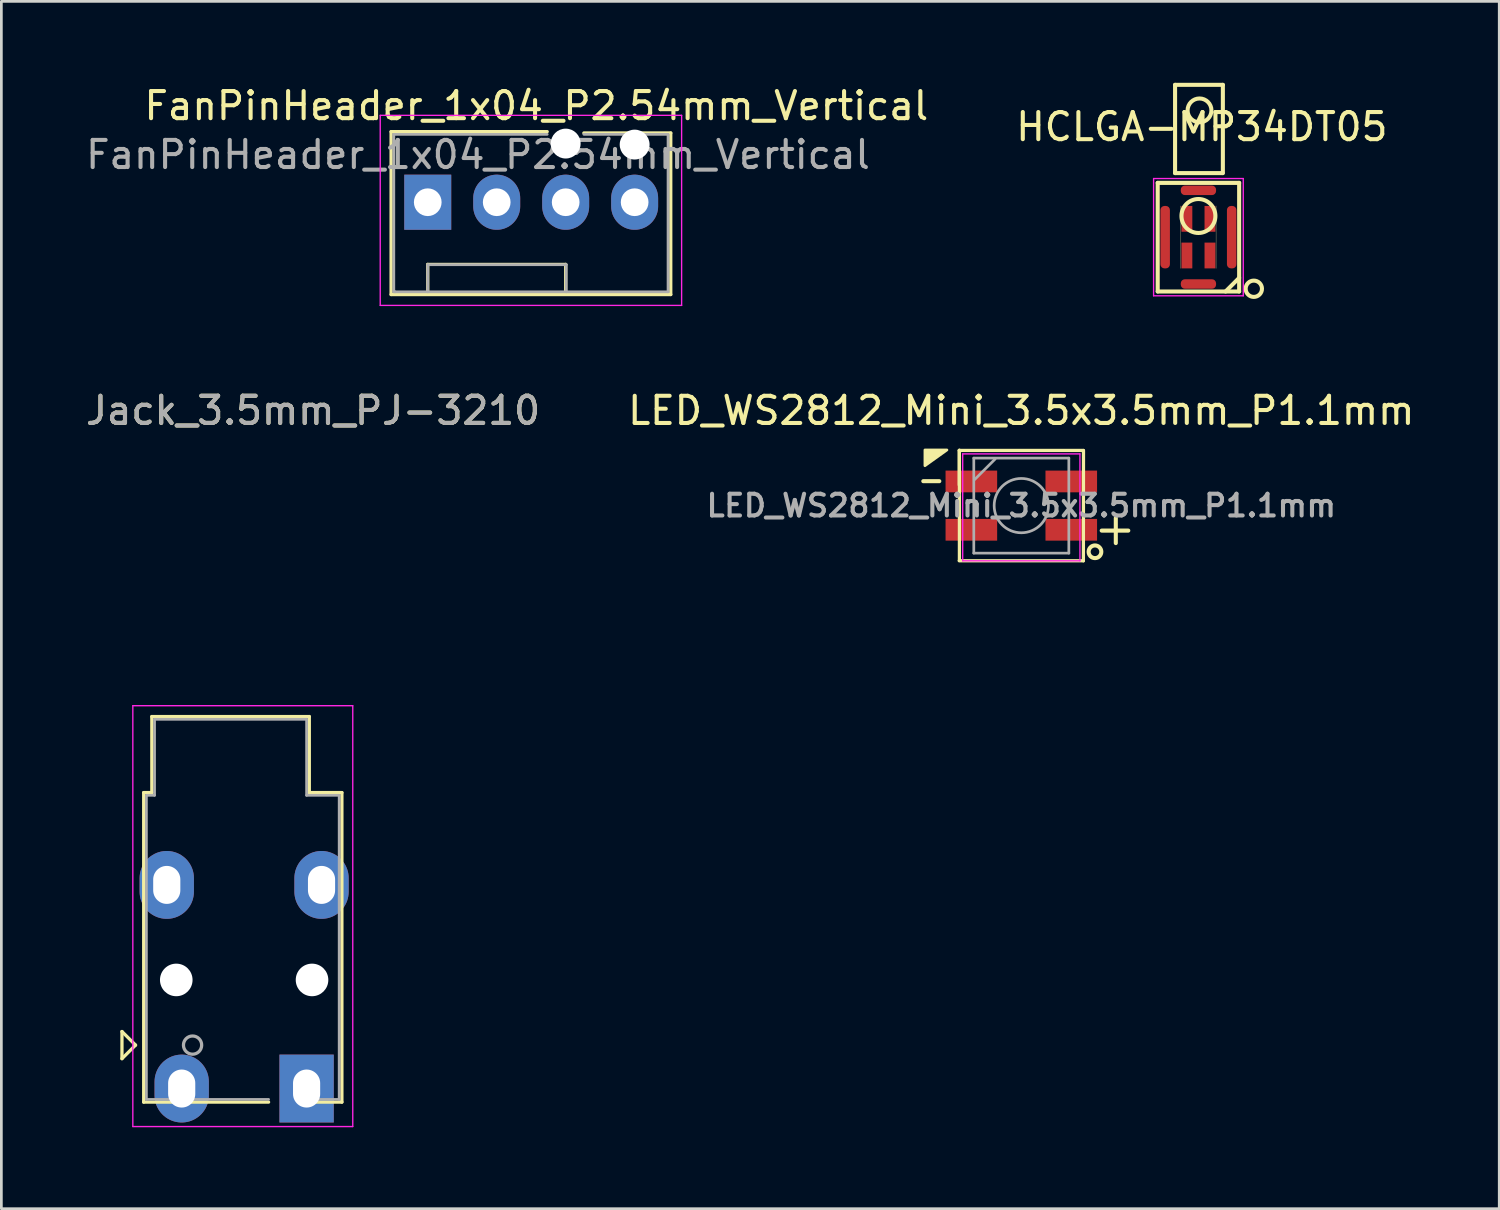
<source format=kicad_pcb>
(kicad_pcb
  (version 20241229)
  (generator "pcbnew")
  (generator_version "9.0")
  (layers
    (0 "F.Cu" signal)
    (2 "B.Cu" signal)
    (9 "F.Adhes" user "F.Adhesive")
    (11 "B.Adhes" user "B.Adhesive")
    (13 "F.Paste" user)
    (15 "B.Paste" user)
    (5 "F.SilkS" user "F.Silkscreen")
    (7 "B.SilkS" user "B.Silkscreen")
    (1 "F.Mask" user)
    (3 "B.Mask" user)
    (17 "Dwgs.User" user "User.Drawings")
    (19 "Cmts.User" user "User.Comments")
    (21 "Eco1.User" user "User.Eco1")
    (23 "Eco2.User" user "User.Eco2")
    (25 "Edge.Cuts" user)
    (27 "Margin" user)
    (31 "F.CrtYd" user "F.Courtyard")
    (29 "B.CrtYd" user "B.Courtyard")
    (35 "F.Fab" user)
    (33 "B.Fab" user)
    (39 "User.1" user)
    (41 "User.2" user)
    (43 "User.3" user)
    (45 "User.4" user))
  (footprint "HCLGA-MP34DT05"
    (layer "F.Cu")
    (at 41.088 5.685)
    (property "Reference" "HCLGA-MP34DT05" (at 0.127 -4.064 0) (layer "F.SilkS") (effects (font (size 1 1) (thickness 0.15))))
    (attr smd)
    (fp_line (start -1.5 -2) (end -1.5 2) (stroke (width 0.15) (type solid)) (layer "F.SilkS"))
    (fp_line (start -1.5 2) (end 1.5 2) (stroke (width 0.15) (type solid)) (layer "F.SilkS"))
    (fp_line (start -0.86 -5.61) (end -0.86 -2.36) (stroke (width 0.15) (type solid)) (layer "F.SilkS"))
    (fp_line (start -0.86 -2.36) (end 0.89 -2.36) (stroke (width 0.15) (type solid)) (layer "F.SilkS"))
    (fp_line (start -0.65 1.15) (end -0.65 -1.15) (stroke (width 0.01) (type solid)) (layer "F.SilkS"))
    (fp_line (start 0.65 1.15) (end 0.65 -1.15) (stroke (width 0.01) (type solid)) (layer "F.SilkS"))
    (fp_line (start 0.9 -5.61) (end -0.86 -5.61) (stroke (width 0.15) (type solid)) (layer "F.SilkS"))
    (fp_line (start 0.9 -2.36) (end 0.9 -5.61) (stroke (width 0.15) (type solid)) (layer "F.SilkS"))
    (fp_line (start 1 2) (end 1.5 1.5) (stroke (width 0.15) (type solid)) (layer "F.SilkS"))
    (fp_line (start 1.5 -2) (end -1.5 -2) (stroke (width 0.15) (type solid)) (layer "F.SilkS"))
    (fp_line (start 1.5 2) (end 1.5 -2) (stroke (width 0.15) (type solid)) (layer "F.SilkS"))
    (fp_circle (center 0 -0.78) (end 0.625 -0.78) (stroke (width 0.15) (type solid)) (fill no) (layer "F.SilkS"))
    (fp_circle (center 0.04 -4.669) (end -0.39 -4.759) (stroke (width 0.15) (type solid)) (fill no) (layer "F.SilkS"))
    (fp_circle (center 2.04 1.9) (end 2.34 1.91) (stroke (width 0.15) (type solid)) (fill no) (layer "F.SilkS"))
    (fp_line (start -1.651 -2.159) (end -1.651 2.159) (stroke (width 0.05) (type solid)) (layer "F.CrtYd"))
    (fp_line (start -1.651 2.159) (end 1.651 2.159) (stroke (width 0.05) (type solid)) (layer "F.CrtYd"))
    (fp_line (start 1.651 -2.159) (end -1.651 -2.159) (stroke (width 0.05) (type solid)) (layer "F.CrtYd"))
    (fp_line (start 1.651 2.159) (end 1.651 -2.159) (stroke (width 0.05) (type solid)) (layer "F.CrtYd"))
    (pad "CLK" smd rect (at -0.425 -0.675) (size 0.4 0.95) (layers "F.Cu" "F.Mask" "F.Paste"))
    (pad "DOUT" smd rect (at -0.425 0.675) (size 0.4 0.95) (layers "F.Cu" "F.Mask" "F.Paste"))
    (pad "GND" smd roundrect (at 0 1.725 90) (size 0.35 1.3) (layers "F.Cu" "F.Mask" "F.Paste") (roundrect_rratio 0.429))
    (pad "GND1" smd roundrect (at -1.225 0) (size 0.35 2.3) (layers "F.Cu" "F.Mask" "F.Paste") (roundrect_rratio 0.429))
    (pad "GND2" smd roundrect (at 0 -1.725 90) (size 0.35 1.3) (layers "F.Cu" "F.Mask" "F.Paste") (roundrect_rratio 0.429))
    (pad "GND3" smd roundrect (at 1.225 0) (size 0.35 2.3) (layers "F.Cu" "F.Mask" "F.Paste") (roundrect_rratio 0.429))
    (pad "LR" smd rect (at 0.425 -0.675) (size 0.4 0.95) (layers "F.Cu" "F.Mask" "F.Paste"))
    (pad "VDD" smd rect (at 0.425 0.675) (size 0.4 0.95) (layers "F.Cu" "F.Mask" "F.Paste")))
  (footprint "Jack_3.5mm_PJ-3210"
    (layer "F.Cu")
    (at 5.942 26.041)
    (property "Reference" "Jack_3.5mm_PJ-3210" (at 2.54 -13.97 0) (layer "F.SilkS") (effects (font (size 1 1) (thickness 0.15))))
    (attr through_hole)
    (fp_line (start -4.5 8.9) (end -4.5 9.9) (stroke (width 0.12) (type solid)) (layer "F.SilkS"))
    (fp_line (start -4.5 9.9) (end -4 9.4) (stroke (width 0.12) (type solid)) (layer "F.SilkS"))
    (fp_line (start -4 9.4) (end -4.5 8.9) (stroke (width 0.12) (type solid)) (layer "F.SilkS"))
    (fp_line (start -3.7 0.1) (end -3.7 11.5) (stroke (width 0.12) (type solid)) (layer "F.SilkS"))
    (fp_line (start -3.7 0.1) (end -3.4 0.1) (stroke (width 0.12) (type solid)) (layer "F.SilkS"))
    (fp_line (start -3.7 11.5) (end 0.9 11.5) (stroke (width 0.12) (type solid)) (layer "F.SilkS"))
    (fp_line (start -3.4 0.1) (end -3.4 -2.7) (stroke (width 0.12) (type solid)) (layer "F.SilkS"))
    (fp_line (start 2.4 -2.7) (end -3.4 -2.7) (stroke (width 0.12) (type solid)) (layer "F.SilkS"))
    (fp_line (start 2.4 0.1) (end 2.4 -2.7) (stroke (width 0.12) (type solid)) (layer "F.SilkS"))
    (fp_line (start 2.4 0.1) (end 3.6 0.1) (stroke (width 0.12) (type solid)) (layer "F.SilkS"))
    (fp_line (start 3.6 0.1) (end 3.6 11.5) (stroke (width 0.12) (type solid)) (layer "F.SilkS"))
    (fp_line (start 3.6 11.5) (end 2.5 11.5) (stroke (width 0.12) (type solid)) (layer "F.SilkS"))
    (fp_line (start -4.1 -3.1) (end -4.1 12.4) (stroke (width 0.05) (type solid)) (layer "F.CrtYd"))
    (fp_line (start -4.1 -3.1) (end 4 -3.1) (stroke (width 0.05) (type solid)) (layer "F.CrtYd"))
    (fp_line (start -4.1 12.4) (end 4 12.4) (stroke (width 0.05) (type solid)) (layer "F.CrtYd"))
    (fp_line (start 4 -3.1) (end 4 12.4) (stroke (width 0.05) (type solid)) (layer "F.CrtYd"))
    (fp_line (start -3.6 0.2) (end -3.3 0.2) (stroke (width 0.1) (type solid)) (layer "F.Fab"))
    (fp_line (start -3.6 11.4) (end -3.6 0.2) (stroke (width 0.1) (type solid)) (layer "F.Fab"))
    (fp_line (start -3.3 -2.6) (end 2.3 -2.6) (stroke (width 0.1) (type solid)) (layer "F.Fab"))
    (fp_line (start -3.3 0.2) (end -3.3 -2.6) (stroke (width 0.1) (type solid)) (layer "F.Fab"))
    (fp_line (start 0.9 11.4) (end -3.6 11.4) (stroke (width 0.1) (type solid)) (layer "F.Fab"))
    (fp_line (start 2.3 -2.6) (end 2.3 0.2) (stroke (width 0.1) (type solid)) (layer "F.Fab"))
    (fp_line (start 2.3 0.2) (end 3.5 0.2) (stroke (width 0.1) (type solid)) (layer "F.Fab"))
    (fp_line (start 3.5 0.2) (end 3.5 11.4) (stroke (width 0.1) (type solid)) (layer "F.Fab"))
    (fp_line (start 3.5 11.4) (end 2.5 11.4) (stroke (width 0.1) (type solid)) (layer "F.Fab"))
    (fp_circle (center -1.9 9.4) (end -1.6 9.55) (stroke (width 0.12) (type solid)) (fill no) (layer "F.Fab"))
    (fp_text user "${REFERENCE}" (at 2.54 -13.97 0) (layer "F.Fab") (effects (font (size 1 1) (thickness 0.15))))
    (pad "" np_thru_hole circle (at -2.5 7 270) (size 1.2 1.2) (drill 1.2) (layers "*.Cu" "*.Mask"))
    (pad "" np_thru_hole circle (at 2.5 7 270) (size 1.2 1.2) (drill 1.2) (layers "*.Cu" "*.Mask"))
    (pad "G" thru_hole oval (at -2.85 3.5 270) (size 2.5 2) (drill oval 1.4 1) (layers "*.Cu" "*.Mask"))
    (pad "G" thru_hole oval (at 2.85 3.5 270) (size 2.5 2) (drill oval 1.4 1) (layers "*.Cu" "*.Mask"))
    (pad "S" thru_hole oval (at -2.3 11 270) (size 2.5 2) (drill oval 1.4 1) (layers "*.Cu" "*.Mask"))
    (pad "T" thru_hole rect (at 2.3 11 270) (size 2.5 2) (drill oval 1.4 1) (layers "*.Cu" "*.Mask")))
  (footprint "LED_WS2812_Mini_3.5x3.5mm_P1.1mm"
    (layer "F.Cu")
    (at 34.565 15.572)
    (property "Reference" "LED_WS2812_Mini_3.5x3.5mm_P1.1mm" (at 0 -3.5 0) (layer "F.SilkS") (effects (font (size 1 1) (thickness 0.15))))
    (attr smd)
    (fp_line (start -3.02 -0.9) (end -3.61 -0.9) (stroke (width 0.15) (type solid)) (layer "F.SilkS"))
    (fp_line (start -2.286 -2.032) (end 2.286 -2.032) (stroke (width 0.12) (type solid)) (layer "F.SilkS"))
    (fp_line (start -2.286 -0.762) (end -2.286 -2.032) (stroke (width 0.12) (type solid)) (layer "F.SilkS"))
    (fp_line (start -2.286 2.032) (end 2.286 2.032) (stroke (width 0.12) (type solid)) (layer "F.SilkS"))
    (fp_line (start -2.28 -2.04) (end -2.28 2.02) (stroke (width 0.12) (type solid)) (layer "F.SilkS"))
    (fp_line (start 2.286 2.032) (end 2.29 -2.03) (stroke (width 0.12) (type solid)) (layer "F.SilkS"))
    (fp_line (start 2.96 0.92) (end 3.94 0.92) (stroke (width 0.15) (type solid)) (layer "F.SilkS"))
    (fp_line (start 3.48 0.46) (end 3.48 1.38) (stroke (width 0.15) (type solid)) (layer "F.SilkS"))
    (fp_circle (center 2.713 1.7) (end 2.543 1.54) (stroke (width 0.15) (type solid)) (fill no) (layer "F.SilkS"))
    (fp_poly (pts (xy -3.55 -1.47) (xy -3.55 -2.05) (xy -2.74 -2.05)) (stroke (width 0.1) (type solid)) (fill yes) (layer "F.SilkS"))
    (fp_line (start -2.159 -1.905) (end -2.159 2.032) (stroke (width 0.05) (type solid)) (layer "F.CrtYd"))
    (fp_line (start -2.159 2.032) (end 2.159 2.032) (stroke (width 0.05) (type solid)) (layer "F.CrtYd"))
    (fp_line (start 2.159 -1.905) (end -2.159 -1.905) (stroke (width 0.05) (type solid)) (layer "F.CrtYd"))
    (fp_line (start 2.159 2.032) (end 2.159 -1.905) (stroke (width 0.05) (type solid)) (layer "F.CrtYd"))
    (fp_line (start -1.75 -1.75) (end 1.75 -1.75) (stroke (width 0.1) (type solid)) (layer "F.Fab"))
    (fp_line (start -1.75 1.75) (end -1.75 -1.75) (stroke (width 0.1) (type solid)) (layer "F.Fab"))
    (fp_line (start -1.714 -0.965) (end -0.965 -1.714) (stroke (width 0.1) (type solid)) (layer "F.Fab"))
    (fp_line (start 1.75 -1.75) (end 1.75 1.75) (stroke (width 0.1) (type solid)) (layer "F.Fab"))
    (fp_line (start 1.75 1.75) (end -1.75 1.75) (stroke (width 0.1) (type solid)) (layer "F.Fab"))
    (fp_circle (center 0 0) (end 1 0) (stroke (width 0.1) (type solid)) (fill no) (layer "F.Fab"))
    (fp_text user "${REFERENCE}" (at 0 0 0) (layer "F.Fab") (effects (font (size 0.8 0.8) (thickness 0.15))))
    (pad "1" smd rect (at 1.84 0.89) (size 1.9 0.8) (layers "F.Cu" "F.Mask" "F.Paste"))
    (pad "2" smd rect (at 1.84 -0.89) (size 1.9 0.8) (layers "F.Cu" "F.Mask" "F.Paste"))
    (pad "3" smd rect (at -1.84 -0.89) (size 1.9 0.8) (layers "F.Cu" "F.Mask" "F.Paste"))
    (pad "4" smd rect (at -1.84 0.89) (size 1.9 0.8) (layers "F.Cu" "F.Mask" "F.Paste")))
  (footprint "FanPinHeader_1x04_P2.54mm_Vertical"
    (layer "F.Cu")
    (at 12.704 4.398)
    (property "Reference" "FanPinHeader_1x04_P2.54mm_Vertical" (at 4 -3.55 0) (layer "F.SilkS") (effects (font (size 1 1) (thickness 0.15))))
    (attr through_hole)
    (fp_line (start -1.35 -2.6) (end 4.4 -2.6) (stroke (width 0.12) (type solid)) (layer "F.SilkS"))
    (fp_line (start -1.35 3.4) (end -1.35 -2.6) (stroke (width 0.12) (type solid)) (layer "F.SilkS"))
    (fp_line (start 0 2.29) (end 5.08 2.29) (stroke (width 0.12) (type solid)) (layer "F.SilkS"))
    (fp_line (start 0 3.3) (end 0 2.29) (stroke (width 0.12) (type solid)) (layer "F.SilkS"))
    (fp_line (start 5.08 2.29) (end 5.08 3.3) (stroke (width 0.12) (type solid)) (layer "F.SilkS"))
    (fp_line (start 5.75 -2.55) (end 8.95 -2.55) (stroke (width 0.12) (type solid)) (layer "F.SilkS"))
    (fp_line (start 8.95 -2.55) (end 8.95 3.4) (stroke (width 0.12) (type solid)) (layer "F.SilkS"))
    (fp_line (start 8.95 3.4) (end -1.35 3.4) (stroke (width 0.12) (type solid)) (layer "F.SilkS"))
    (fp_line (start -1.75 3.8) (end -1.75 -3.2) (stroke (width 0.05) (type solid)) (layer "F.CrtYd"))
    (fp_line (start -1.75 3.8) (end 9.35 3.8) (stroke (width 0.05) (type solid)) (layer "F.CrtYd"))
    (fp_line (start 9.35 -3.2) (end -1.75 -3.2) (stroke (width 0.05) (type solid)) (layer "F.CrtYd"))
    (fp_line (start 9.35 -3.2) (end 9.35 3.8) (stroke (width 0.05) (type solid)) (layer "F.CrtYd"))
    (fp_line (start -1.25 -2.5) (end 4.4 -2.5) (stroke (width 0.1) (type solid)) (layer "F.Fab"))
    (fp_line (start -1.25 3.3) (end -1.25 -2.5) (stroke (width 0.1) (type solid)) (layer "F.Fab"))
    (fp_line (start -1.2 3.3) (end -1.25 3.3) (stroke (width 0.1) (type solid)) (layer "F.Fab"))
    (fp_line (start 0 2.3) (end 0 3.3) (stroke (width 0.1) (type solid)) (layer "F.Fab"))
    (fp_line (start 5.1 2.3) (end 0 2.3) (stroke (width 0.1) (type solid)) (layer "F.Fab"))
    (fp_line (start 5.1 3.3) (end 5.1 2.3) (stroke (width 0.1) (type solid)) (layer "F.Fab"))
    (fp_line (start 5.75 -2.5) (end 8.85 -2.5) (stroke (width 0.1) (type solid)) (layer "F.Fab"))
    (fp_line (start 8.85 -2.5) (end 8.85 3.3) (stroke (width 0.1) (type solid)) (layer "F.Fab"))
    (fp_line (start 8.85 3.3) (end -1.2 3.3) (stroke (width 0.1) (type solid)) (layer "F.Fab"))
    (fp_text user "${REFERENCE}" (at 1.85 -1.75 0) (layer "F.Fab") (effects (font (size 1 1) (thickness 0.15))))
    (pad "" np_thru_hole circle (at 5.08 -2.16 90) (size 1.1 1.1) (drill 1.1) (layers "*.Cu" "*.Mask"))
    (pad "" np_thru_hole circle (at 7.62 -2.123 90) (size 1.1 1.1) (drill 1.1) (layers "*.Cu" "*.Mask"))
    (pad "1" thru_hole rect (at 0 0 90) (size 2.03 1.73) (drill 1.02) (layers "*.Cu" "*.Mask"))
    (pad "2" thru_hole oval (at 2.54 0 90) (size 2.03 1.73) (drill 1.02) (layers "*.Cu" "*.Mask"))
    (pad "3" thru_hole oval (at 5.08 0 90) (size 2.03 1.73) (drill 1.02) (layers "*.Cu" "*.Mask"))
    (pad "4" thru_hole oval (at 7.62 0 90) (size 2.03 1.73) (drill 1.02) (layers "*.Cu" "*.Mask")))
  (gr_rect
    (start -3 -3)
    (end 52.167 41.467)
    (stroke (width 0.1) (type default))
    (fill no)
    (layer "Edge.Cuts")))
</source>
